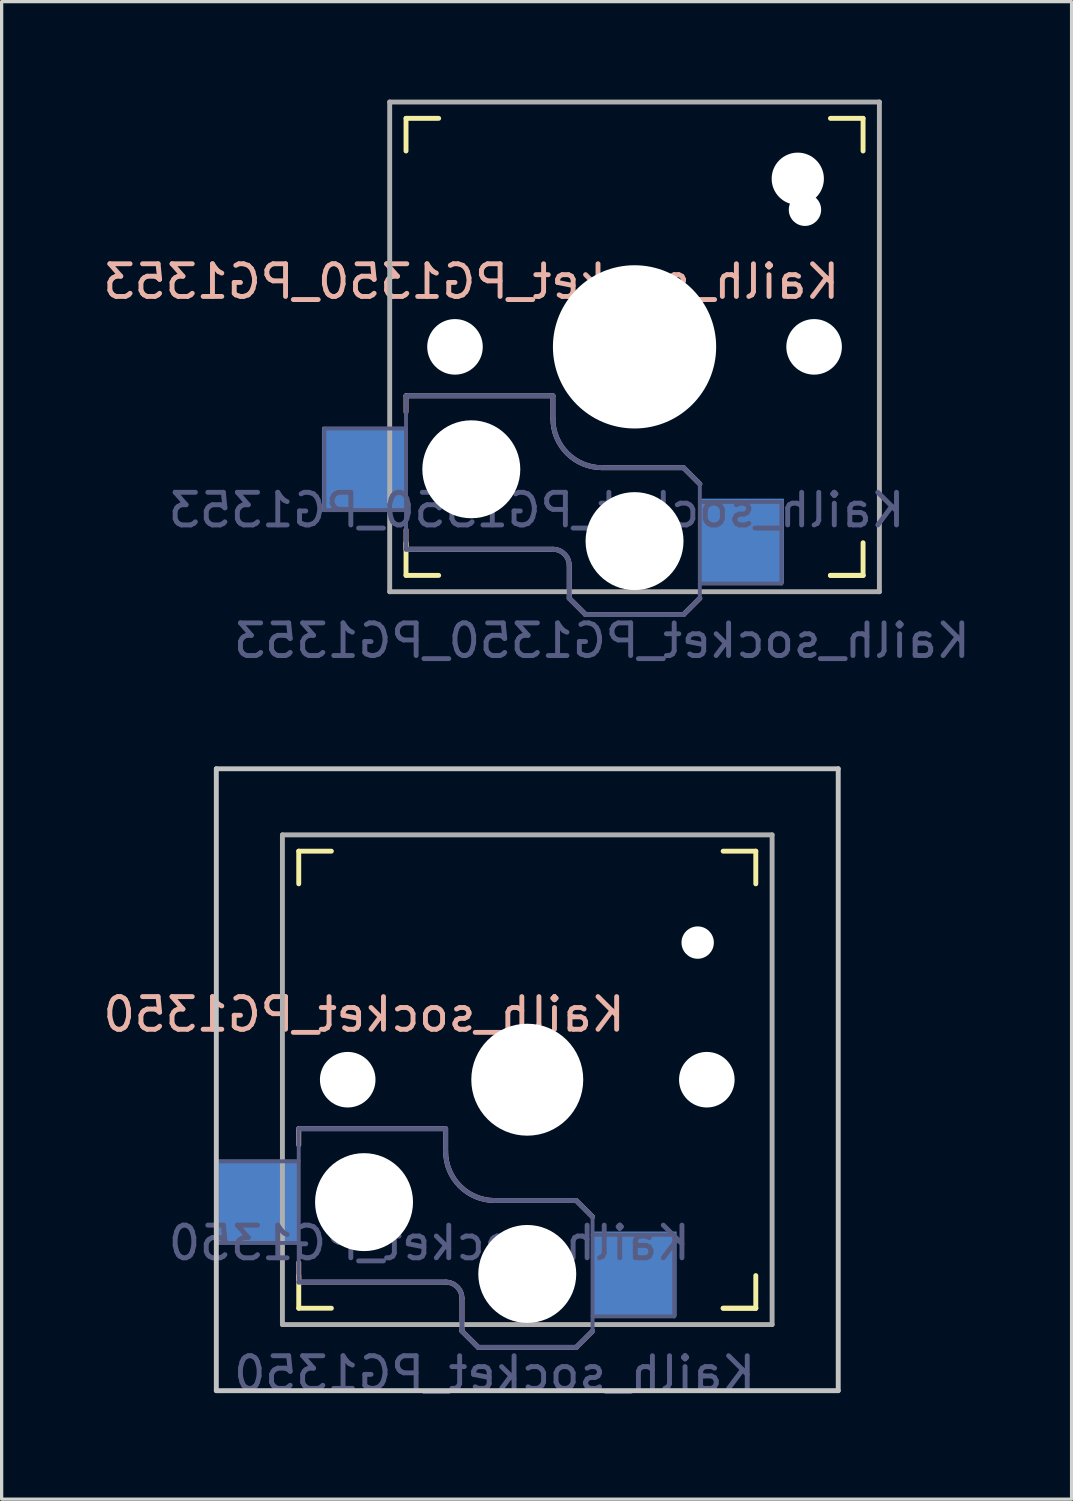
<source format=kicad_pcb>
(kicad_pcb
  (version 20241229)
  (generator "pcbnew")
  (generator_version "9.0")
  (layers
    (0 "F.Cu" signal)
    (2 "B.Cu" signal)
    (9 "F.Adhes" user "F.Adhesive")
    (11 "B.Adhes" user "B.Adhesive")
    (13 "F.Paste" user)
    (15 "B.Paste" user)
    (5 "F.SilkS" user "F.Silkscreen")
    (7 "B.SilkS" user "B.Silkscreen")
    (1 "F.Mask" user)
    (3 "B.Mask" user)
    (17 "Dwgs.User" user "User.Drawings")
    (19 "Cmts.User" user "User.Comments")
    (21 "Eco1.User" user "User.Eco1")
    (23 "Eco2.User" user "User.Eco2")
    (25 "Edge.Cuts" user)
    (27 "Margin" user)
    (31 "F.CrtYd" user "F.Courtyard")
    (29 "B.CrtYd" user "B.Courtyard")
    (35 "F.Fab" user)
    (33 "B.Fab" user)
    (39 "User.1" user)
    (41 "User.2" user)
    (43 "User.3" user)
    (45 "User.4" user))
  (footprint "Kailh_socket_PG1350"
    (layer "F.Cu")
    (at 13.101 30.023)
    (property "Reference" "Kailh_socket_PG1350" (at -5 -2 0) (layer "B.SilkS") (effects (font (size 1 1) (thickness 0.15)) (justify mirror)))
    (property "Value" "Kailh_socket_PG1350" (at 0 8.255 0) (layer "F.Fab") (hide yes) (effects (font (size 1 1) (thickness 0.15))))
    (attr smd)
    (fp_line (start -7 -6) (end -7 -7) (stroke (width 0.15) (type solid)) (layer "F.SilkS"))
    (fp_line (start -7 7) (end -7 6) (stroke (width 0.15) (type solid)) (layer "F.SilkS"))
    (fp_line (start -7 7) (end -6 7) (stroke (width 0.15) (type solid)) (layer "F.SilkS"))
    (fp_line (start -6 -7) (end -7 -7) (stroke (width 0.15) (type solid)) (layer "F.SilkS"))
    (fp_line (start 6 7) (end 7 7) (stroke (width 0.15) (type solid)) (layer "F.SilkS"))
    (fp_line (start 7 -7) (end 6 -7) (stroke (width 0.15) (type solid)) (layer "F.SilkS"))
    (fp_line (start 7 -7) (end 7 -6) (stroke (width 0.15) (type solid)) (layer "F.SilkS"))
    (fp_line (start 7 6) (end 7 7) (stroke (width 0.15) (type solid)) (layer "F.SilkS"))
    (fp_line (start 7 7) (end 6 7) (stroke (width 0.15) (type solid)) (layer "F.SilkS"))
    (fp_line (start -7 1.5) (end -7 2) (stroke (width 0.15) (type solid)) (layer "B.SilkS"))
    (fp_line (start -7 5.6) (end -7 6.2) (stroke (width 0.15) (type solid)) (layer "B.SilkS"))
    (fp_line (start -7 6.2) (end -2.5 6.2) (stroke (width 0.15) (type solid)) (layer "B.SilkS"))
    (fp_line (start -2.5 1.5) (end -7 1.5) (stroke (width 0.15) (type solid)) (layer "B.SilkS"))
    (fp_line (start -2.5 2.2) (end -2.5 1.5) (stroke (width 0.15) (type solid)) (layer "B.SilkS"))
    (fp_line (start -2 6.7) (end -2 7.7) (stroke (width 0.15) (type solid)) (layer "B.SilkS"))
    (fp_line (start -1.5 8.2) (end -2 7.7) (stroke (width 0.15) (type solid)) (layer "B.SilkS"))
    (fp_line (start 1.5 3.7) (end -1 3.7) (stroke (width 0.15) (type solid)) (layer "B.SilkS"))
    (fp_line (start 1.5 8.2) (end -1.5 8.2) (stroke (width 0.15) (type solid)) (layer "B.SilkS"))
    (fp_line (start 2 4.2) (end 1.5 3.7) (stroke (width 0.15) (type solid)) (layer "B.SilkS"))
    (fp_line (start 2 7.7) (end 1.5 8.2) (stroke (width 0.15) (type solid)) (layer "B.SilkS"))
    (fp_arc (start -2.5 6.2) (mid -2.146447 6.346447) (end -2 6.7) (stroke (width 0.15) (type solid)) (layer "B.SilkS"))
    (fp_arc (start -1 3.7) (mid -2.06066 3.26066) (end -2.5 2.2) (stroke (width 0.15) (type solid)) (layer "B.SilkS"))
    (fp_line (start -9.525 -9.525) (end 9.525 -9.525) (stroke (width 0.15) (type solid)) (layer "Dwgs.User"))
    (fp_line (start -9.525 9.525) (end -9.525 -9.525) (stroke (width 0.15) (type solid)) (layer "Dwgs.User"))
    (fp_line (start 9.525 -9.525) (end 9.525 9.525) (stroke (width 0.15) (type solid)) (layer "Dwgs.User"))
    (fp_line (start 9.525 9.525) (end -9.525 9.525) (stroke (width 0.15) (type solid)) (layer "Dwgs.User"))
    (fp_line (start -6.9 6.9) (end -6.9 -6.9) (stroke (width 0.15) (type solid)) (layer "Eco2.User"))
    (fp_line (start -6.9 6.9) (end 6.9 6.9) (stroke (width 0.15) (type solid)) (layer "Eco2.User"))
    (fp_line (start -2.6 -3.1) (end -2.6 -6.3) (stroke (width 0.15) (type solid)) (layer "Eco2.User"))
    (fp_line (start -2.6 -3.1) (end 2.6 -3.1) (stroke (width 0.15) (type solid)) (layer "Eco2.User"))
    (fp_line (start 2.6 -6.3) (end -2.6 -6.3) (stroke (width 0.15) (type solid)) (layer "Eco2.User"))
    (fp_line (start 2.6 -3.1) (end 2.6 -6.3) (stroke (width 0.15) (type solid)) (layer "Eco2.User"))
    (fp_line (start 6.9 -6.9) (end -6.9 -6.9) (stroke (width 0.15) (type solid)) (layer "Eco2.User"))
    (fp_line (start 6.9 -6.9) (end 6.9 6.9) (stroke (width 0.15) (type solid)) (layer "Eco2.User"))
    (fp_line (start -9.5 2.5) (end -7 2.5) (stroke (width 0.12) (type solid)) (layer "B.Fab"))
    (fp_line (start -9.5 5) (end -9.5 2.5) (stroke (width 0.12) (type solid)) (layer "B.Fab"))
    (fp_line (start -7 1.5) (end -7 6.2) (stroke (width 0.12) (type solid)) (layer "B.Fab"))
    (fp_line (start -7 5) (end -9.5 5) (stroke (width 0.12) (type solid)) (layer "B.Fab"))
    (fp_line (start -7 6.2) (end -2.5 6.2) (stroke (width 0.15) (type solid)) (layer "B.Fab"))
    (fp_line (start -2.5 1.5) (end -7 1.5) (stroke (width 0.15) (type solid)) (layer "B.Fab"))
    (fp_line (start -2.5 2.2) (end -2.5 1.5) (stroke (width 0.15) (type solid)) (layer "B.Fab"))
    (fp_line (start -2 6.7) (end -2 7.7) (stroke (width 0.15) (type solid)) (layer "B.Fab"))
    (fp_line (start -1.5 8.2) (end -2 7.7) (stroke (width 0.15) (type solid)) (layer "B.Fab"))
    (fp_line (start 1.5 3.7) (end -1 3.7) (stroke (width 0.15) (type solid)) (layer "B.Fab"))
    (fp_line (start 1.5 8.2) (end -1.5 8.2) (stroke (width 0.15) (type solid)) (layer "B.Fab"))
    (fp_line (start 2 4.2) (end 1.5 3.7) (stroke (width 0.15) (type solid)) (layer "B.Fab"))
    (fp_line (start 2 4.25) (end 2 7.7) (stroke (width 0.12) (type solid)) (layer "B.Fab"))
    (fp_line (start 2 4.75) (end 4.5 4.75) (stroke (width 0.12) (type solid)) (layer "B.Fab"))
    (fp_line (start 2 7.7) (end 1.5 8.2) (stroke (width 0.15) (type solid)) (layer "B.Fab"))
    (fp_line (start 4.5 4.75) (end 4.5 7.25) (stroke (width 0.12) (type solid)) (layer "B.Fab"))
    (fp_line (start 4.5 7.25) (end 2 7.25) (stroke (width 0.12) (type solid)) (layer "B.Fab"))
    (fp_arc (start -2.5 6.2) (mid -2.146447 6.346447) (end -2 6.7) (stroke (width 0.15) (type solid)) (layer "B.Fab"))
    (fp_arc (start -1 3.7) (mid -2.06066 3.26066) (end -2.5 2.2) (stroke (width 0.15) (type solid)) (layer "B.Fab"))
    (fp_line (start -7.5 -7.5) (end 7.5 -7.5) (stroke (width 0.15) (type solid)) (layer "F.Fab"))
    (fp_line (start -7.5 7.5) (end -7.5 -7.5) (stroke (width 0.15) (type solid)) (layer "F.Fab"))
    (fp_line (start 7.5 -7.5) (end 7.5 7.5) (stroke (width 0.15) (type solid)) (layer "F.Fab"))
    (fp_line (start 7.5 7.5) (end -7.5 7.5) (stroke (width 0.15) (type solid)) (layer "F.Fab"))
    (fp_text user "${REFERENCE}" (at -3 5 0) (layer "B.Fab") (effects (font (size 1 1) (thickness 0.15)) (justify mirror)))
    (fp_text user "${VALUE}" (at -1 9 0) (layer "B.Fab") (effects (font (size 1 1) (thickness 0.15)) (justify mirror)))
    (pad "" np_thru_hole circle (at -5.5 0) (size 1.702 1.702) (drill 1.702) (layers "*.Cu" "*.Mask"))
    (pad "" np_thru_hole circle (at -5 3.75) (size 3 3) (drill 3) (layers "*.Cu" "*.Mask"))
    (pad "" np_thru_hole circle (at 0 0) (size 3.429 3.429) (drill 3.429) (layers "*.Cu" "*.Mask"))
    (pad "" np_thru_hole circle (at 0 5.95) (size 3 3) (drill 3) (layers "*.Cu" "*.Mask"))
    (pad "" np_thru_hole circle (at 5.22 -4.2) (size 0.991 0.991) (drill 0.991) (layers "*.Cu" "*.Mask"))
    (pad "" np_thru_hole circle (at 5.5 0) (size 1.702 1.702) (drill 1.702) (layers "*.Cu" "*.Mask"))
    (pad "1" smd rect (at 3.275 5.95) (size 2.6 2.6) (layers "B.Cu" "B.Mask" "B.Paste"))
    (pad "2" smd rect (at -8.275 3.75) (size 2.6 2.6) (layers "B.Cu" "B.Mask" "B.Paste")))
  (footprint "Kailh_socket_PG1350_PG1353"
    (layer "F.Cu")
    (at 16.387 7.575)
    (property "Reference" "Kailh_socket_PG1350_PG1353" (at -5 -2 0) (layer "B.SilkS") (effects (font (size 1 1) (thickness 0.15)) (justify mirror)))
    (property "Value" "Kailh_socket_PG1350_PG1353" (at 0 8.255 0) (layer "F.Fab") (hide yes) (effects (font (size 1 1) (thickness 0.15))))
    (attr smd)
    (fp_line (start -7 -6) (end -7 -7) (stroke (width 0.15) (type solid)) (layer "F.SilkS"))
    (fp_line (start -7 7) (end -7 6) (stroke (width 0.15) (type solid)) (layer "F.SilkS"))
    (fp_line (start -7 7) (end -6 7) (stroke (width 0.15) (type solid)) (layer "F.SilkS"))
    (fp_line (start -6 -7) (end -7 -7) (stroke (width 0.15) (type solid)) (layer "F.SilkS"))
    (fp_line (start 6 7) (end 7 7) (stroke (width 0.15) (type solid)) (layer "F.SilkS"))
    (fp_line (start 7 -7) (end 6 -7) (stroke (width 0.15) (type solid)) (layer "F.SilkS"))
    (fp_line (start 7 -7) (end 7 -6) (stroke (width 0.15) (type solid)) (layer "F.SilkS"))
    (fp_line (start 7 6) (end 7 7) (stroke (width 0.15) (type solid)) (layer "F.SilkS"))
    (fp_line (start 7 7) (end 6 7) (stroke (width 0.15) (type solid)) (layer "F.SilkS"))
    (fp_line (start -7 1.5) (end -7 2) (stroke (width 0.15) (type solid)) (layer "B.SilkS"))
    (fp_line (start -7 5.6) (end -7 6.2) (stroke (width 0.15) (type solid)) (layer "B.SilkS"))
    (fp_line (start -7 6.2) (end -2.5 6.2) (stroke (width 0.15) (type solid)) (layer "B.SilkS"))
    (fp_line (start -2.5 1.5) (end -7 1.5) (stroke (width 0.15) (type solid)) (layer "B.SilkS"))
    (fp_line (start -2.5 2.2) (end -2.5 1.5) (stroke (width 0.15) (type solid)) (layer "B.SilkS"))
    (fp_line (start -2 6.7) (end -2 7.7) (stroke (width 0.15) (type solid)) (layer "B.SilkS"))
    (fp_line (start -1.5 8.2) (end -2 7.7) (stroke (width 0.15) (type solid)) (layer "B.SilkS"))
    (fp_line (start 1.5 3.7) (end -1 3.7) (stroke (width 0.15) (type solid)) (layer "B.SilkS"))
    (fp_line (start 1.5 8.2) (end -1.5 8.2) (stroke (width 0.15) (type solid)) (layer "B.SilkS"))
    (fp_line (start 2 4.2) (end 1.5 3.7) (stroke (width 0.15) (type solid)) (layer "B.SilkS"))
    (fp_line (start 2 7.7) (end 1.5 8.2) (stroke (width 0.15) (type solid)) (layer "B.SilkS"))
    (fp_arc (start -2.5 6.2) (mid -2.146447 6.346447) (end -2 6.7) (stroke (width 0.15) (type solid)) (layer "B.SilkS"))
    (fp_arc (start -1 3.7) (mid -2.06066 3.26066) (end -2.5 2.2) (stroke (width 0.15) (type solid)) (layer "B.SilkS"))
    (fp_line (start -2.25 -3.455) (end -2.25 -6.405) (stroke (width 0.15) (type solid)) (layer "Eco1.User"))
    (fp_line (start -2.25 -3.455) (end 2.25 -3.455) (stroke (width 0.15) (type solid)) (layer "Eco1.User"))
    (fp_line (start 2.25 -6.405) (end -2.25 -6.405) (stroke (width 0.15) (type solid)) (layer "Eco1.User"))
    (fp_line (start 2.25 -3.455) (end 2.25 -6.405) (stroke (width 0.15) (type solid)) (layer "Eco1.User"))
    (fp_line (start -6.9 6.9) (end -6.9 -6.9) (stroke (width 0.15) (type solid)) (layer "Eco2.User"))
    (fp_line (start -6.9 6.9) (end 6.9 6.9) (stroke (width 0.15) (type solid)) (layer "Eco2.User"))
    (fp_line (start 6.9 -6.9) (end -6.9 -6.9) (stroke (width 0.15) (type solid)) (layer "Eco2.User"))
    (fp_line (start 6.9 -6.9) (end 6.9 6.9) (stroke (width 0.15) (type solid)) (layer "Eco2.User"))
    (fp_line (start -9.5 2.5) (end -7 2.5) (stroke (width 0.12) (type solid)) (layer "B.Fab"))
    (fp_line (start -9.5 5) (end -9.5 2.5) (stroke (width 0.12) (type solid)) (layer "B.Fab"))
    (fp_line (start -7 1.5) (end -7 6.2) (stroke (width 0.12) (type solid)) (layer "B.Fab"))
    (fp_line (start -7 5) (end -9.5 5) (stroke (width 0.12) (type solid)) (layer "B.Fab"))
    (fp_line (start -7 6.2) (end -2.5 6.2) (stroke (width 0.15) (type solid)) (layer "B.Fab"))
    (fp_line (start -2.5 1.5) (end -7 1.5) (stroke (width 0.15) (type solid)) (layer "B.Fab"))
    (fp_line (start -2.5 2.2) (end -2.5 1.5) (stroke (width 0.15) (type solid)) (layer "B.Fab"))
    (fp_line (start -2 6.7) (end -2 7.7) (stroke (width 0.15) (type solid)) (layer "B.Fab"))
    (fp_line (start -1.5 8.2) (end -2 7.7) (stroke (width 0.15) (type solid)) (layer "B.Fab"))
    (fp_line (start 1.5 3.7) (end -1 3.7) (stroke (width 0.15) (type solid)) (layer "B.Fab"))
    (fp_line (start 1.5 8.2) (end -1.5 8.2) (stroke (width 0.15) (type solid)) (layer "B.Fab"))
    (fp_line (start 2 4.2) (end 1.5 3.7) (stroke (width 0.15) (type solid)) (layer "B.Fab"))
    (fp_line (start 2 4.25) (end 2 7.7) (stroke (width 0.12) (type solid)) (layer "B.Fab"))
    (fp_line (start 2 4.75) (end 4.5 4.75) (stroke (width 0.12) (type solid)) (layer "B.Fab"))
    (fp_line (start 2 7.7) (end 1.5 8.2) (stroke (width 0.15) (type solid)) (layer "B.Fab"))
    (fp_line (start 4.5 4.75) (end 4.5 7.25) (stroke (width 0.12) (type solid)) (layer "B.Fab"))
    (fp_line (start 4.5 7.25) (end 2 7.25) (stroke (width 0.12) (type solid)) (layer "B.Fab"))
    (fp_arc (start -2.5 6.2) (mid -2.146447 6.346447) (end -2 6.7) (stroke (width 0.15) (type solid)) (layer "B.Fab"))
    (fp_arc (start -1 3.7) (mid -2.06066 3.26066) (end -2.5 2.2) (stroke (width 0.15) (type solid)) (layer "B.Fab"))
    (fp_line (start -7.5 -7.5) (end 7.5 -7.5) (stroke (width 0.15) (type solid)) (layer "F.Fab"))
    (fp_line (start -7.5 7.5) (end -7.5 -7.5) (stroke (width 0.15) (type solid)) (layer "F.Fab"))
    (fp_line (start 7.5 -7.5) (end 7.5 7.5) (stroke (width 0.15) (type solid)) (layer "F.Fab"))
    (fp_line (start 7.5 7.5) (end -7.5 7.5) (stroke (width 0.15) (type solid)) (layer "F.Fab"))
    (fp_text user "${REFERENCE}" (at -3 5 0) (layer "B.Fab") (effects (font (size 1 1) (thickness 0.15)) (justify mirror)))
    (fp_text user "${VALUE}" (at -1 9 0) (layer "B.Fab") (effects (font (size 1 1) (thickness 0.15)) (justify mirror)))
    (pad "" np_thru_hole circle (at -5.5 0) (size 1.702 1.702) (drill 1.702) (layers "*.Cu" "*.Mask"))
    (pad "" np_thru_hole circle (at -5 3.75) (size 3 3) (drill 3) (layers "*.Cu" "*.Mask"))
    (pad "" np_thru_hole circle (at 0 0) (size 5 5) (drill 5) (layers "*.Cu" "*.Mask"))
    (pad "" np_thru_hole circle (at 0 5.95) (size 3 3) (drill 3) (layers "*.Cu" "*.Mask"))
    (pad "" np_thru_hole circle (at 5 -5.15) (size 1.6 1.6) (drill 1.6) (layers "*.Cu" "*.Mask"))
    (pad "" np_thru_hole circle (at 5.22 -4.2) (size 0.991 0.991) (drill 0.991) (layers "*.Cu" "*.Mask"))
    (pad "" np_thru_hole circle (at 5.5 0) (size 1.702 1.702) (drill 1.702) (layers "*.Cu" "*.Mask"))
    (pad "1" smd rect (at 3.275 5.95) (size 2.6 2.6) (layers "B.Cu" "B.Mask" "B.Paste"))
    (pad "2" smd rect (at -8.275 3.75) (size 2.6 2.6) (layers "B.Cu" "B.Mask" "B.Paste")))
  (gr_rect
    (start -3 -3)
    (end 29.774 42.871)
    (stroke (width 0.1) (type default))
    (fill no)
    (layer "Edge.Cuts")))
</source>
